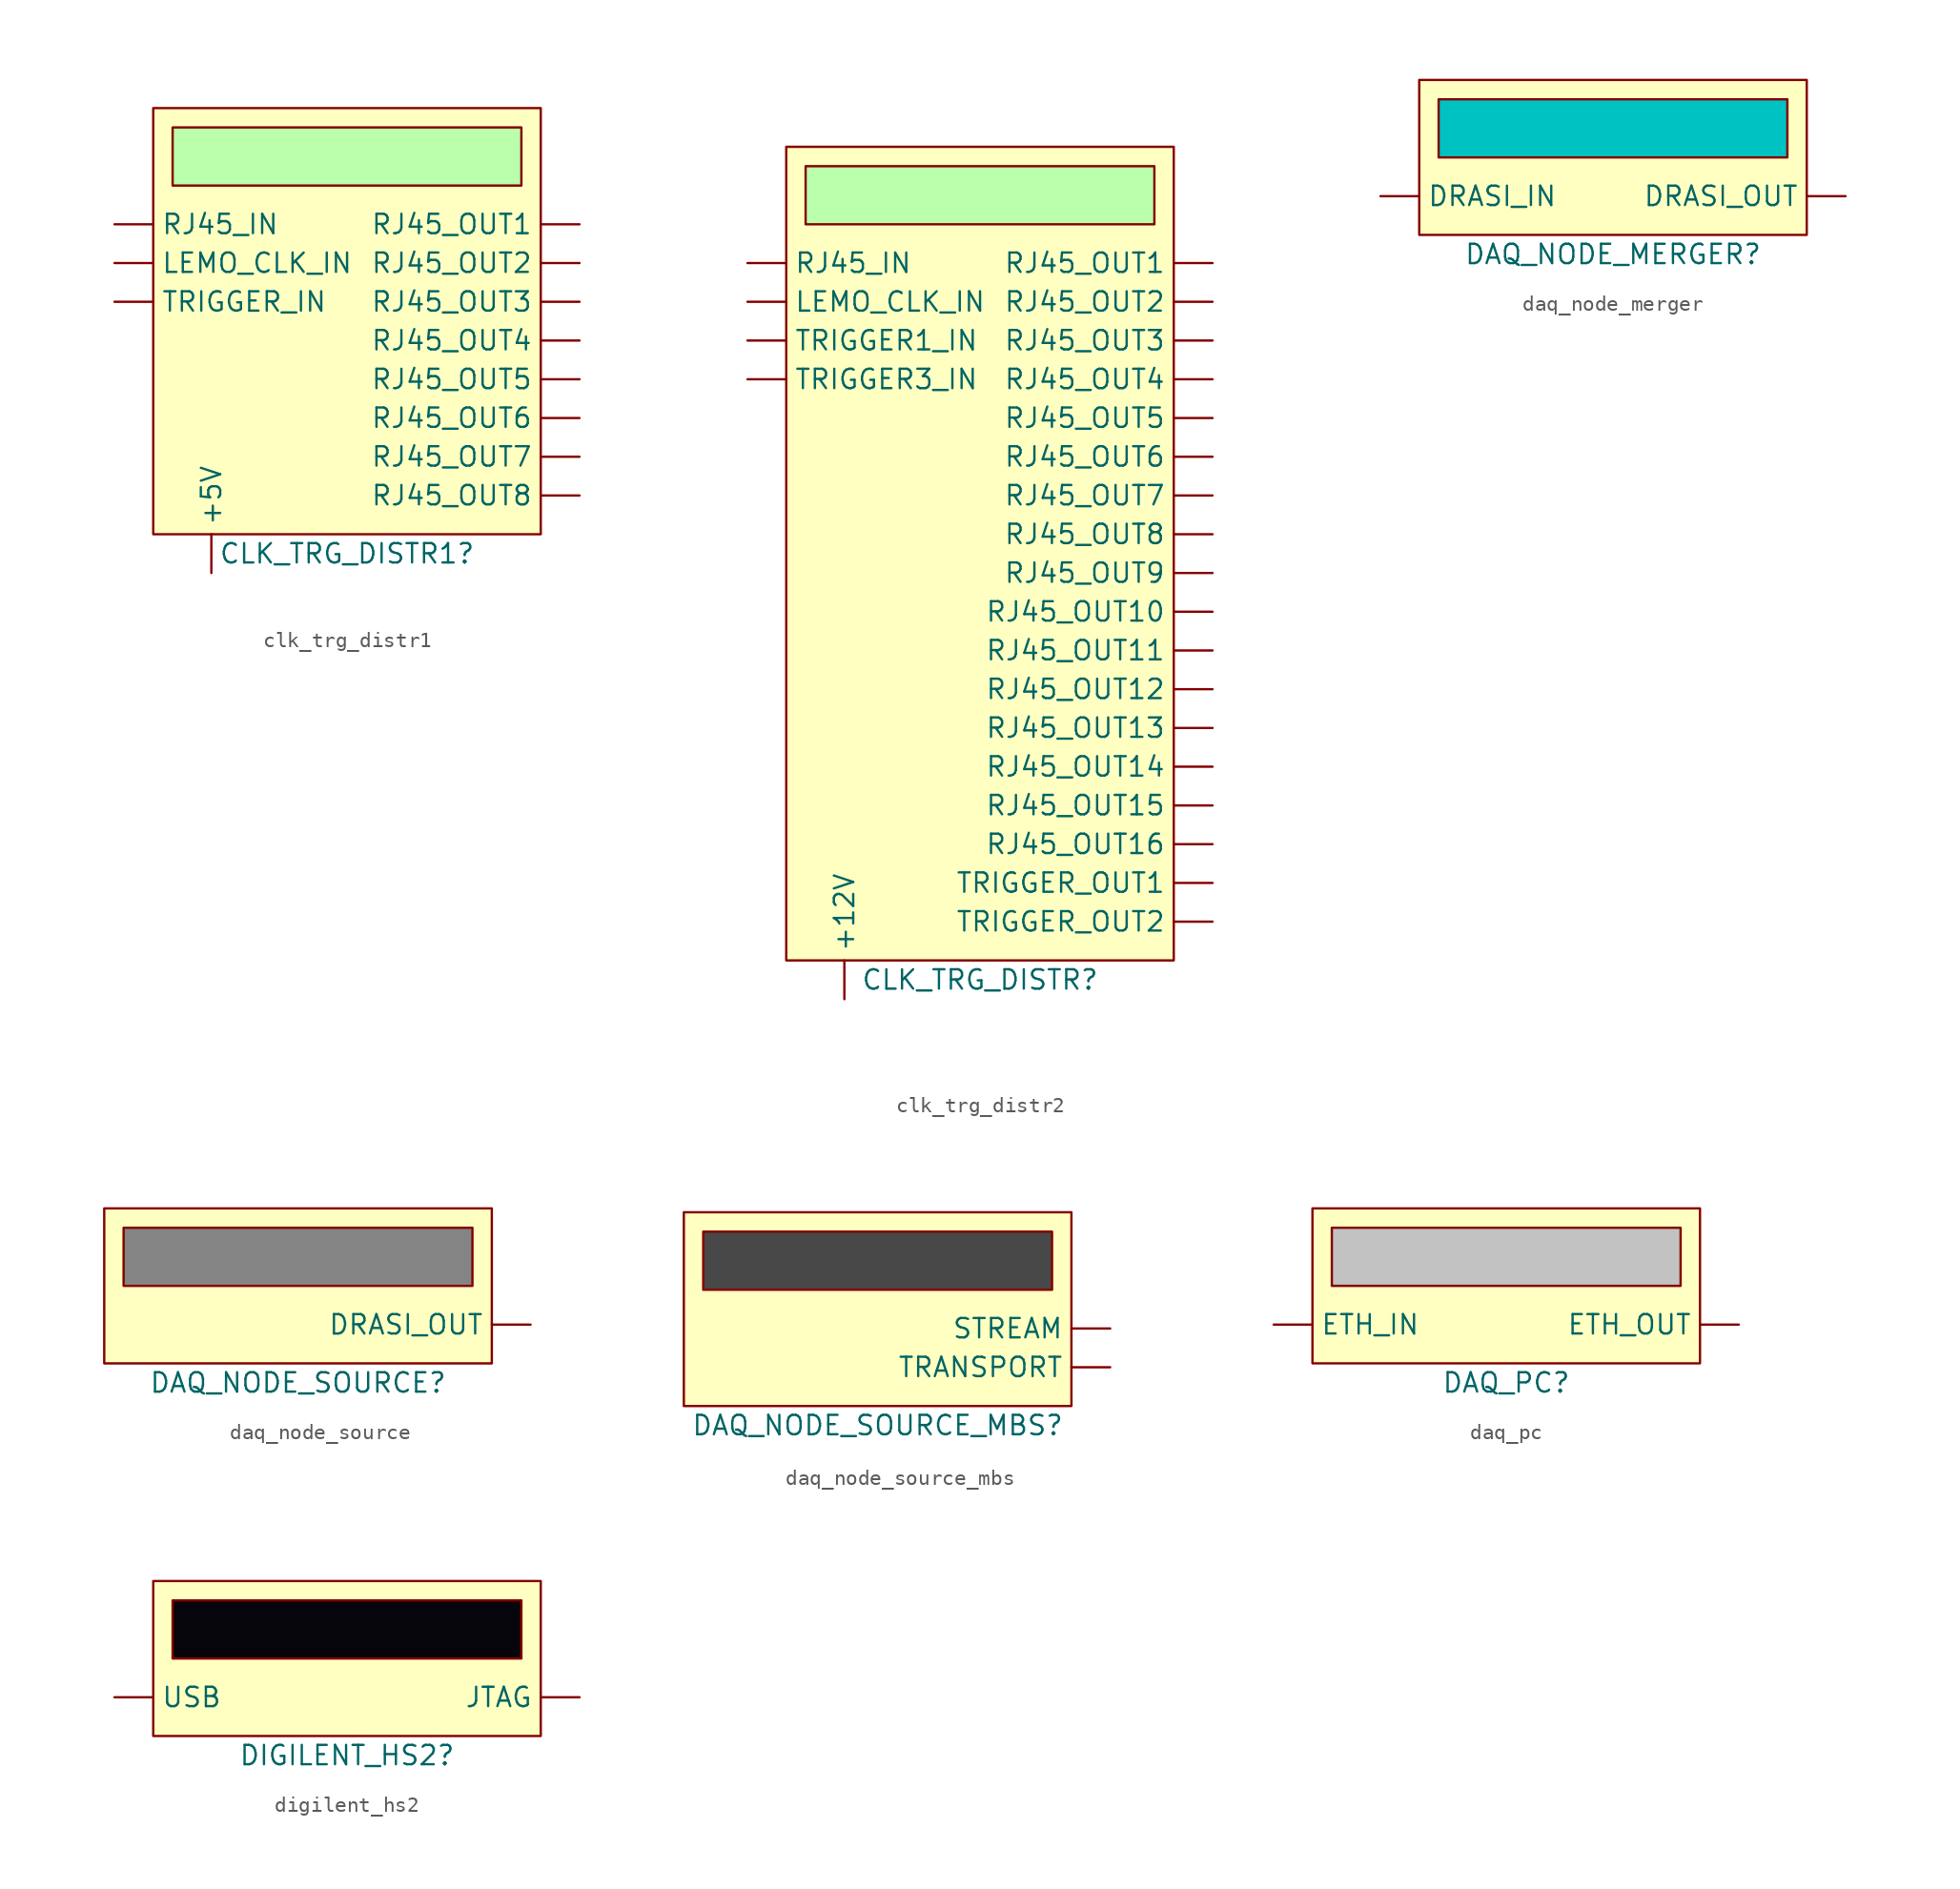
<source format=kicad_sym>
(kicad_symbol_lib
  (version 20220914)
  (generator kicad_symbol_editor)
  (symbol "clk_trg_distr1"
    (property "Reference" "CLK_TRG_DISTR1"
      (at 0 0 0)
      (effects (font (size 1.27 1.27))))
    (property "Value" ""
      (at 0 0 0)
      (effects (font (size 1.27 1.27))))
    (symbol "clk_trg_distr1_1_1"
      (rectangle (start -12.7 29.21) (end 12.7 1.27) (stroke (width 0) (type default)) (fill (type background)))
      (rectangle (start -11.43 27.94) (end 11.43 24.13) (stroke (width 0) (type default)) (fill (type color) (color 186 255 171 1)))
      (pin power_in line (at -8.89 -1.27 90) (length 2.54) (name "+5V" (effects (font (size 1.27 1.27)))) (number "" (effects (font (size 1.27 1.27)))))
      (pin input line (at -15.24 19.05 0) (length 2.54) (name "LEMO_CLK_IN" (effects (font (size 1.27 1.27)))) (number "" (effects (font (size 1.27 1.27)))))
      (pin input line (at -15.24 21.59 0) (length 2.54) (name "RJ45_IN" (effects (font (size 1.27 1.27)))) (number "" (effects (font (size 1.27 1.27)))))
      (pin output line (at 15.24 21.59 180) (length 2.54) (name "RJ45_OUT1" (effects (font (size 1.27 1.27)))) (number "" (effects (font (size 1.27 1.27)))))
      (pin output line (at 15.24 19.05 180) (length 2.54) (name "RJ45_OUT2" (effects (font (size 1.27 1.27)))) (number "" (effects (font (size 1.27 1.27)))))
      (pin output line (at 15.24 16.51 180) (length 2.54) (name "RJ45_OUT3" (effects (font (size 1.27 1.27)))) (number "" (effects (font (size 1.27 1.27)))))
      (pin output line (at 15.24 13.97 180) (length 2.54) (name "RJ45_OUT4" (effects (font (size 1.27 1.27)))) (number "" (effects (font (size 1.27 1.27)))))
      (pin output line (at 15.24 11.43 180) (length 2.54) (name "RJ45_OUT5" (effects (font (size 1.27 1.27)))) (number "" (effects (font (size 1.27 1.27)))))
      (pin output line (at 15.24 8.89 180) (length 2.54) (name "RJ45_OUT6" (effects (font (size 1.27 1.27)))) (number "" (effects (font (size 1.27 1.27)))))
      (pin output line (at 15.24 6.35 180) (length 2.54) (name "RJ45_OUT7" (effects (font (size 1.27 1.27)))) (number "" (effects (font (size 1.27 1.27)))))
      (pin output line (at 15.24 3.81 180) (length 2.54) (name "RJ45_OUT8" (effects (font (size 1.27 1.27)))) (number "" (effects (font (size 1.27 1.27)))))
      (pin input line (at -15.24 16.51 0) (length 2.54) (name "TRIGGER_IN" (effects (font (size 1.27 1.27)))) (number "" (effects (font (size 1.27 1.27)))))))
  (symbol "clk_trg_distr2"
    (property "Reference" "CLK_TRG_DISTR"
      (at 0 0 0)
      (effects (font (size 1.27 1.27))))
    (property "Value" ""
      (at 0 0 0)
      (effects (font (size 1.27 1.27))))
    (symbol "clk_trg_distr2_1_1"
      (rectangle (start -12.7 54.61) (end 12.7 1.27) (stroke (width 0) (type default)) (fill (type background)))
      (rectangle (start -11.43 53.34) (end 11.43 49.53) (stroke (width 0) (type default)) (fill (type color) (color 186 255 171 1)))
      (pin power_in line (at -8.89 -1.27 90) (length 2.54) (name "+12V" (effects (font (size 1.27 1.27)))) (number "" (effects (font (size 1.27 1.27)))))
      (pin input line (at -15.24 44.45 0) (length 2.54) (name "LEMO_CLK_IN" (effects (font (size 1.27 1.27)))) (number "" (effects (font (size 1.27 1.27)))))
      (pin input line (at -15.24 46.99 0) (length 2.54) (name "RJ45_IN" (effects (font (size 1.27 1.27)))) (number "" (effects (font (size 1.27 1.27)))))
      (pin output line (at 15.24 46.99 180) (length 2.54) (name "RJ45_OUT1" (effects (font (size 1.27 1.27)))) (number "" (effects (font (size 1.27 1.27)))))
      (pin output line (at 15.24 24.13 180) (length 2.54) (name "RJ45_OUT10" (effects (font (size 1.27 1.27)))) (number "" (effects (font (size 1.27 1.27)))))
      (pin output line (at 15.24 21.59 180) (length 2.54) (name "RJ45_OUT11" (effects (font (size 1.27 1.27)))) (number "" (effects (font (size 1.27 1.27)))))
      (pin output line (at 15.24 19.05 180) (length 2.54) (name "RJ45_OUT12" (effects (font (size 1.27 1.27)))) (number "" (effects (font (size 1.27 1.27)))))
      (pin output line (at 15.24 16.51 180) (length 2.54) (name "RJ45_OUT13" (effects (font (size 1.27 1.27)))) (number "" (effects (font (size 1.27 1.27)))))
      (pin output line (at 15.24 13.97 180) (length 2.54) (name "RJ45_OUT14" (effects (font (size 1.27 1.27)))) (number "" (effects (font (size 1.27 1.27)))))
      (pin output line (at 15.24 11.43 180) (length 2.54) (name "RJ45_OUT15" (effects (font (size 1.27 1.27)))) (number "" (effects (font (size 1.27 1.27)))))
      (pin output line (at 15.24 8.89 180) (length 2.54) (name "RJ45_OUT16" (effects (font (size 1.27 1.27)))) (number "" (effects (font (size 1.27 1.27)))))
      (pin output line (at 15.24 44.45 180) (length 2.54) (name "RJ45_OUT2" (effects (font (size 1.27 1.27)))) (number "" (effects (font (size 1.27 1.27)))))
      (pin output line (at 15.24 41.91 180) (length 2.54) (name "RJ45_OUT3" (effects (font (size 1.27 1.27)))) (number "" (effects (font (size 1.27 1.27)))))
      (pin output line (at 15.24 39.37 180) (length 2.54) (name "RJ45_OUT4" (effects (font (size 1.27 1.27)))) (number "" (effects (font (size 1.27 1.27)))))
      (pin output line (at 15.24 36.83 180) (length 2.54) (name "RJ45_OUT5" (effects (font (size 1.27 1.27)))) (number "" (effects (font (size 1.27 1.27)))))
      (pin output line (at 15.24 34.29 180) (length 2.54) (name "RJ45_OUT6" (effects (font (size 1.27 1.27)))) (number "" (effects (font (size 1.27 1.27)))))
      (pin output line (at 15.24 31.75 180) (length 2.54) (name "RJ45_OUT7" (effects (font (size 1.27 1.27)))) (number "" (effects (font (size 1.27 1.27)))))
      (pin output line (at 15.24 29.21 180) (length 2.54) (name "RJ45_OUT8" (effects (font (size 1.27 1.27)))) (number "" (effects (font (size 1.27 1.27)))))
      (pin output line (at 15.24 26.67 180) (length 2.54) (name "RJ45_OUT9" (effects (font (size 1.27 1.27)))) (number "" (effects (font (size 1.27 1.27)))))
      (pin input line (at -15.24 41.91 0) (length 2.54) (name "TRIGGER1_IN" (effects (font (size 1.27 1.27)))) (number "" (effects (font (size 1.27 1.27)))))
      (pin input line (at -15.24 39.37 0) (length 2.54) (name "TRIGGER3_IN" (effects (font (size 1.27 1.27)))) (number "" (effects (font (size 1.27 1.27)))))
      (pin output line (at 15.24 6.35 180) (length 2.54) (name "TRIGGER_OUT1" (effects (font (size 1.27 1.27)))) (number "" (effects (font (size 1.27 1.27)))))
      (pin output line (at 15.24 3.81 180) (length 2.54) (name "TRIGGER_OUT2" (effects (font (size 1.27 1.27)))) (number "" (effects (font (size 1.27 1.27)))))))
  (symbol "daq_node_merger"
    (property "Reference" "DAQ_NODE_MERGER"
      (at 0 0 0)
      (effects (font (size 1.27 1.27))))
    (property "Value" ""
      (at 0 0 0)
      (effects (font (size 1.27 1.27))))
    (symbol "daq_node_merger_1_1"
      (rectangle (start -12.7 11.43) (end 12.7 1.27) (stroke (width 0) (type default)) (fill (type background)))
      (rectangle (start -11.43 10.16) (end 11.43 6.35) (stroke (width 0) (type default)) (fill (type color) (color 0 194 194 1)))
      (pin bidirectional line (at -15.24 3.81 0) (length 2.54) (name "DRASI_IN" (effects (font (size 1.27 1.27)))) (number "" (effects (font (size 1.27 1.27)))))
      (pin bidirectional line (at 15.24 3.81 180) (length 2.54) (name "DRASI_OUT" (effects (font (size 1.27 1.27)))) (number "" (effects (font (size 1.27 1.27)))))))
  (symbol "daq_node_source"
    (property "Reference" "DAQ_NODE_SOURCE"
      (at 0 0 0)
      (effects (font (size 1.27 1.27))))
    (property "Value" ""
      (at 0 0 0)
      (effects (font (size 1.27 1.27))))
    (symbol "daq_node_source_1_1"
      (rectangle (start -12.7 11.43) (end 12.7 1.27) (stroke (width 0) (type default)) (fill (type background)))
      (rectangle (start -11.43 10.16) (end 11.43 6.35) (stroke (width 0) (type default)) (fill (type color) (color 132 132 132 1)))
      (pin bidirectional line (at 15.24 3.81 180) (length 2.54) (name "DRASI_OUT" (effects (font (size 1.27 1.27)))) (number "" (effects (font (size 1.27 1.27)))))))
  (symbol "daq_node_source_mbs"
    (property "Reference" "DAQ_NODE_SOURCE_MBS"
      (at 0 0 0)
      (effects (font (size 1.27 1.27))))
    (property "Value" ""
      (at 0 0 0)
      (effects (font (size 1.27 1.27))))
    (symbol "daq_node_source_mbs_1_1"
      (rectangle (start -12.7 13.97) (end 12.7 1.27) (stroke (width 0) (type default)) (fill (type background)))
      (rectangle (start -11.43 12.7) (end 11.43 8.89) (stroke (width 0) (type default)) (fill (type color) (color 72 72 72 1)))
      (pin bidirectional line (at 15.24 6.35 180) (length 2.54) (name "STREAM" (effects (font (size 1.27 1.27)))) (number "" (effects (font (size 1.27 1.27)))))
      (pin bidirectional line (at 15.24 3.81 180) (length 2.54) (name "TRANSPORT" (effects (font (size 1.27 1.27)))) (number "" (effects (font (size 1.27 1.27)))))))
  (symbol "daq_pc"
    (property "Reference" "DAQ_PC"
      (at 0 0 0)
      (effects (font (size 1.27 1.27))))
    (property "Value" ""
      (at 0 0 0)
      (effects (font (size 1.27 1.27))))
    (symbol "daq_pc_1_1"
      (rectangle (start -12.7 11.43) (end 12.7 1.27) (stroke (width 0) (type default)) (fill (type background)))
      (rectangle (start -11.43 10.16) (end 11.43 6.35) (stroke (width 0) (type default)) (fill (type color) (color 194 194 194 1)))
      (pin bidirectional line (at -15.24 3.81 0) (length 2.54) (name "ETH_IN" (effects (font (size 1.27 1.27)))) (number "" (effects (font (size 1.27 1.27)))))
      (pin bidirectional line (at 15.24 3.81 180) (length 2.54) (name "ETH_OUT" (effects (font (size 1.27 1.27)))) (number "" (effects (font (size 1.27 1.27)))))))
  (symbol "digilent_hs2"
    (property "Reference" "DIGILENT_HS2"
      (at 0 0 0)
      (effects (font (size 1.27 1.27))))
    (property "Value" ""
      (at 0 0 0)
      (effects (font (size 1.27 1.27))))
    (symbol "digilent_hs2_1_1"
      (rectangle (start -12.7 11.43) (end 12.7 1.27) (stroke (width 0) (type default)) (fill (type background)))
      (rectangle (start -11.43 10.16) (end 11.43 6.35) (stroke (width 0) (type default)) (fill (type color) (color 5 5 11 1)))
      (pin output line (at 15.24 3.81 180) (length 2.54) (name "JTAG" (effects (font (size 1.27 1.27)))) (number "" (effects (font (size 1.27 1.27)))))
      (pin input line (at -15.24 3.81 0) (length 2.54) (name "USB" (effects (font (size 1.27 1.27)))) (number "" (effects (font (size 1.27 1.27))))))))
</source>
